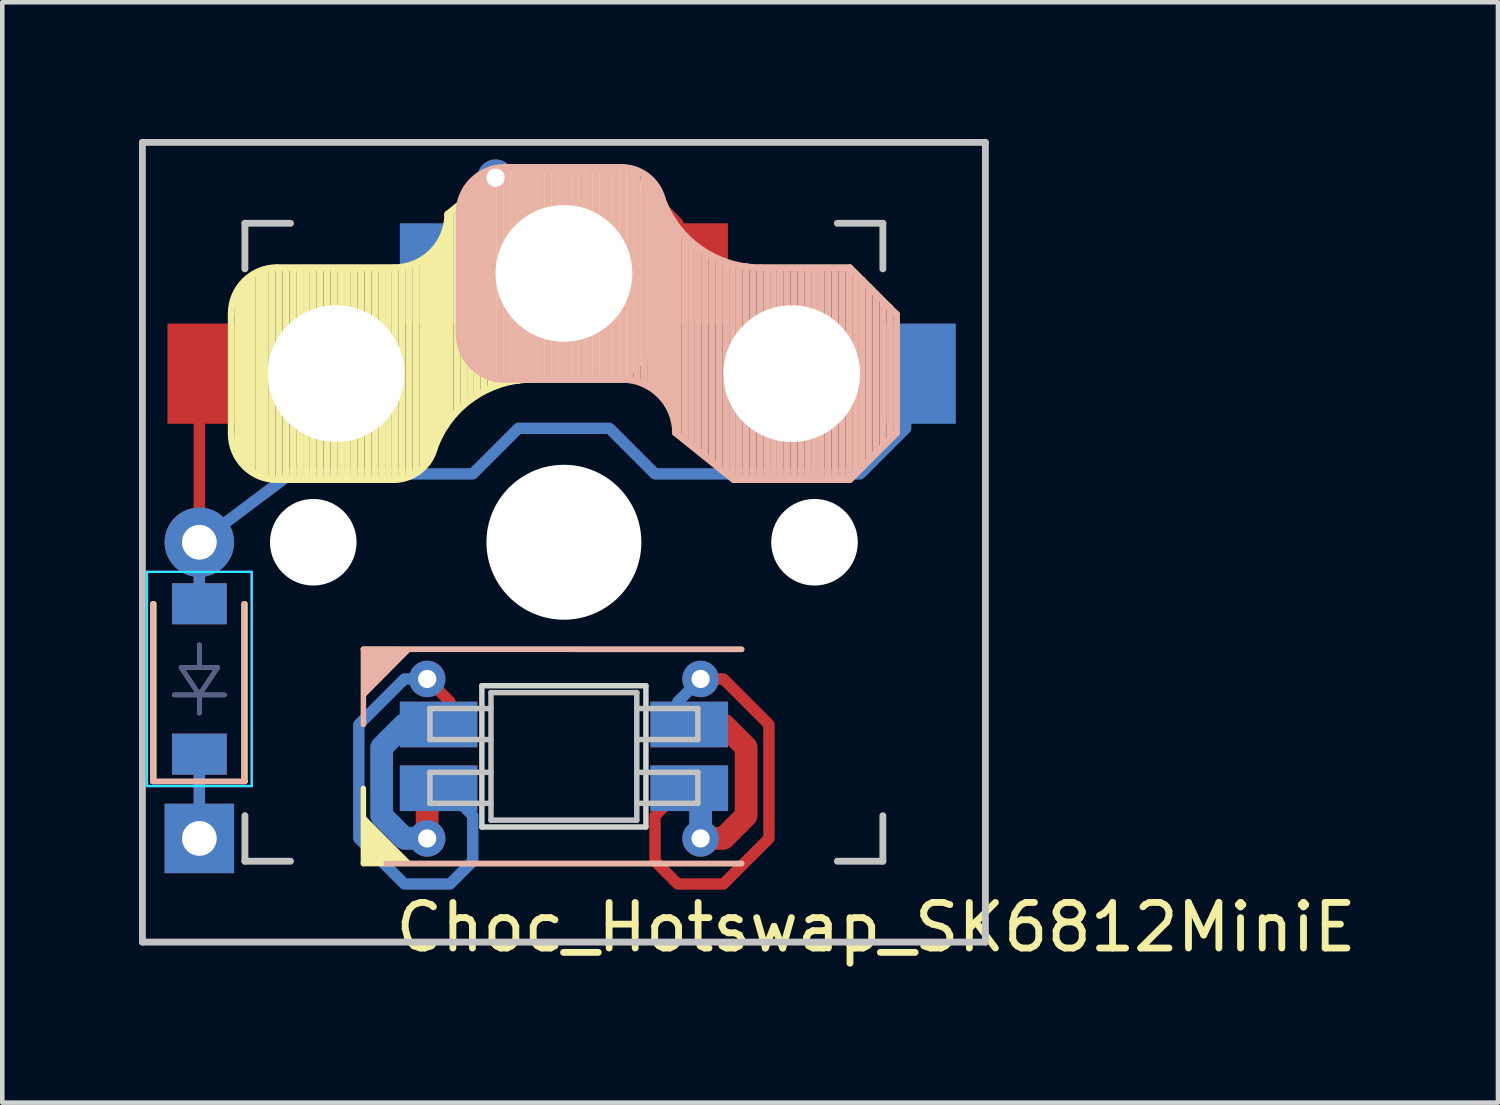
<source format=kicad_pcb>
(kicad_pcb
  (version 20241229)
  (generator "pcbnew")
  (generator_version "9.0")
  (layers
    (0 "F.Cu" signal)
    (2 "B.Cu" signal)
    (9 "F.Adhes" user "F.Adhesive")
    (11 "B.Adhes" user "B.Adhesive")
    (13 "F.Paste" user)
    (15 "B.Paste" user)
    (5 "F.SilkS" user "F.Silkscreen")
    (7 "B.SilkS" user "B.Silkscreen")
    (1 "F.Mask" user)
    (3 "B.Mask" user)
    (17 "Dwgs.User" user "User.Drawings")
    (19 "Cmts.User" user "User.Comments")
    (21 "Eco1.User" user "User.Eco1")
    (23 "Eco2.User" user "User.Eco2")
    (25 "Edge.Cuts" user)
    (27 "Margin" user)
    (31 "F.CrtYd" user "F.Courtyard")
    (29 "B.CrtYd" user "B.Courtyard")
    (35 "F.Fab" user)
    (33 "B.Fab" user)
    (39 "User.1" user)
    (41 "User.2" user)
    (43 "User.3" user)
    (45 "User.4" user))
  (footprint "Choc_Hotswap_SK6812MiniE"
    (layer "F.Cu")
    (at 9.325 8.85)
    (property "Reference" "Choc_Hotswap_SK6812MiniE" (at 6.85 8.45 180) (layer "F.SilkS") (effects (font (size 1 1) (thickness 0.15))))
    (attr through_hole)
    (fp_line (start -9 5.25) (end -9 1.35) (stroke (width 0.12) (type solid)) (layer "F.SilkS"))
    (fp_line (start -9 5.25) (end -7 5.25) (stroke (width 0.12) (type solid)) (layer "F.SilkS"))
    (fp_line (start -7.3 -5.025) (end -7.3 -2.375) (stroke (width 0.15) (type solid)) (layer "F.SilkS"))
    (fp_line (start -7.15 -1.95) (end -7.15 -5.5) (stroke (width 0.15) (type solid)) (layer "F.SilkS"))
    (fp_line (start -7.05 -1.8) (end -7.05 -5.55) (stroke (width 0.15) (type solid)) (layer "F.SilkS"))
    (fp_line (start -7 5.25) (end -7 1.35) (stroke (width 0.12) (type solid)) (layer "F.SilkS"))
    (fp_line (start -6.95 -1.7) (end -6.95 -5.65) (stroke (width 0.15) (type solid)) (layer "F.SilkS"))
    (fp_line (start -6.85 -1.6) (end -6.85 -5.8) (stroke (width 0.15) (type solid)) (layer "F.SilkS"))
    (fp_line (start -6.7 -1.5) (end -6.7 -5.9) (stroke (width 0.15) (type solid)) (layer "F.SilkS"))
    (fp_line (start -6.55 -1.45) (end -6.55 -5.95) (stroke (width 0.15) (type solid)) (layer "F.SilkS"))
    (fp_line (start -6.4 -1.4) (end -6.4 -5.95) (stroke (width 0.15) (type solid)) (layer "F.SilkS"))
    (fp_line (start -6.3 -6.025) (end -3.725 -6.025) (stroke (width 0.15) (type solid)) (layer "F.SilkS"))
    (fp_line (start -6.3 -1.375) (end -3.7 -1.375) (stroke (width 0.15) (type solid)) (layer "F.SilkS"))
    (fp_line (start -6.25 -1.4) (end -6.25 -6) (stroke (width 0.15) (type solid)) (layer "F.SilkS"))
    (fp_line (start -6.1 -1.4) (end -6.1 -6) (stroke (width 0.15) (type solid)) (layer "F.SilkS"))
    (fp_line (start -5.95 -1.4) (end -5.95 -6) (stroke (width 0.15) (type solid)) (layer "F.SilkS"))
    (fp_line (start -5.8 -1.4) (end -5.8 -6) (stroke (width 0.15) (type solid)) (layer "F.SilkS"))
    (fp_line (start -5.65 -1.4) (end -5.65 -6) (stroke (width 0.15) (type solid)) (layer "F.SilkS"))
    (fp_line (start -5.5 -1.4) (end -5.5 -6) (stroke (width 0.15) (type solid)) (layer "F.SilkS"))
    (fp_line (start -5.35 -1.4) (end -5.35 -6) (stroke (width 0.15) (type solid)) (layer "F.SilkS"))
    (fp_line (start -5.2 -1.4) (end -5.2 -6) (stroke (width 0.15) (type solid)) (layer "F.SilkS"))
    (fp_line (start -5.05 -1.4) (end -5.05 -6) (stroke (width 0.15) (type solid)) (layer "F.SilkS"))
    (fp_line (start -4.9 -1.4) (end -4.9 -6) (stroke (width 0.15) (type solid)) (layer "F.SilkS"))
    (fp_line (start -4.75 -1.4) (end -4.75 -6) (stroke (width 0.15) (type solid)) (layer "F.SilkS"))
    (fp_line (start -4.6 -1.4) (end -4.6 -6) (stroke (width 0.15) (type solid)) (layer "F.SilkS"))
    (fp_line (start -4.45 -1.4) (end -4.45 -6) (stroke (width 0.15) (type solid)) (layer "F.SilkS"))
    (fp_line (start -4.4 2.349) (end 3.9 2.352) (stroke (width 0.12) (type solid)) (layer "F.SilkS"))
    (fp_line (start -4.4 7.052) (end -4.4 5.401) (stroke (width 0.12) (type solid)) (layer "F.SilkS"))
    (fp_line (start -4.3 -1.4) (end -4.3 -6) (stroke (width 0.15) (type solid)) (layer "F.SilkS"))
    (fp_line (start -4.15 -1.4) (end -4.15 -6) (stroke (width 0.15) (type solid)) (layer "F.SilkS"))
    (fp_line (start -4 -1.4) (end -4 -6) (stroke (width 0.15) (type solid)) (layer "F.SilkS"))
    (fp_line (start -3.85 -1.4) (end -3.85 -5.95) (stroke (width 0.15) (type solid)) (layer "F.SilkS"))
    (fp_line (start -3.7 -1.4) (end -3.7 -6) (stroke (width 0.15) (type solid)) (layer "F.SilkS"))
    (fp_line (start -3.55 -1.4) (end -3.55 -6) (stroke (width 0.15) (type solid)) (layer "F.SilkS"))
    (fp_line (start -3.4 -1.45) (end -3.4 -6) (stroke (width 0.15) (type solid)) (layer "F.SilkS"))
    (fp_line (start -3.25 -1.55) (end -3.25 -6.1) (stroke (width 0.15) (type solid)) (layer "F.SilkS"))
    (fp_line (start -3.1 -1.65) (end -3.1 -6.15) (stroke (width 0.15) (type solid)) (layer "F.SilkS"))
    (fp_line (start -3 -1.8) (end -3 -6.2) (stroke (width 0.15) (type solid)) (layer "F.SilkS"))
    (fp_line (start -2.9 -2.05) (end -2.9 -6.25) (stroke (width 0.15) (type solid)) (layer "F.SilkS"))
    (fp_line (start -2.8 -2.2) (end -2.8 -6.35) (stroke (width 0.15) (type solid)) (layer "F.SilkS"))
    (fp_line (start -2.7 -2.4) (end -2.7 -6.55) (stroke (width 0.15) (type solid)) (layer "F.SilkS"))
    (fp_line (start -2.6 -2.55) (end -2.6 -6.7) (stroke (width 0.15) (type solid)) (layer "F.SilkS"))
    (fp_line (start -2.5 -2.75) (end -2.5 -7.2) (stroke (width 0.15) (type solid)) (layer "F.SilkS"))
    (fp_line (start -2.35 -2.9) (end -2.35 -7.35) (stroke (width 0.15) (type solid)) (layer "F.SilkS"))
    (fp_line (start -2.2 -3.05) (end -2.2 -7.45) (stroke (width 0.15) (type solid)) (layer "F.SilkS"))
    (fp_line (start -2.05 -3.15) (end -2.05 -7.55) (stroke (width 0.15) (type solid)) (layer "F.SilkS"))
    (fp_line (start -1.9 -3.25) (end -1.9 -7.7) (stroke (width 0.15) (type solid)) (layer "F.SilkS"))
    (fp_line (start -1.75 -3.35) (end -1.75 -7.8) (stroke (width 0.15) (type solid)) (layer "F.SilkS"))
    (fp_line (start -1.6 -3.4) (end -1.6 -7.95) (stroke (width 0.15) (type solid)) (layer "F.SilkS"))
    (fp_line (start -1.45 -3.5) (end -1.45 -8.05) (stroke (width 0.15) (type solid)) (layer "F.SilkS"))
    (fp_line (start -1.3 -3.55) (end -1.3 -8.15) (stroke (width 0.15) (type solid)) (layer "F.SilkS"))
    (fp_line (start -1.275 -8.225) (end -2.55 -7.2) (stroke (width 0.15) (type solid)) (layer "F.SilkS"))
    (fp_line (start -1.275 -8.225) (end 1.275 -8.225) (stroke (width 0.15) (type solid)) (layer "F.SilkS"))
    (fp_line (start -1.15 -3.55) (end -1.15 -8.2) (stroke (width 0.15) (type solid)) (layer "F.SilkS"))
    (fp_line (start -1 -3.55) (end -1 -8.2) (stroke (width 0.15) (type solid)) (layer "F.SilkS"))
    (fp_line (start -0.85 -3.6) (end -0.85 -8.15) (stroke (width 0.15) (type solid)) (layer "F.SilkS"))
    (fp_line (start -0.7 -3.6) (end -0.7 -8.2) (stroke (width 0.15) (type solid)) (layer "F.SilkS"))
    (fp_line (start -0.7 -3.575) (end 1.275 -3.575) (stroke (width 0.15) (type solid)) (layer "F.SilkS"))
    (fp_line (start -0.55 -3.6) (end -0.55 -8.2) (stroke (width 0.15) (type solid)) (layer "F.SilkS"))
    (fp_line (start -0.4 -3.6) (end -0.4 -8.2) (stroke (width 0.15) (type solid)) (layer "F.SilkS"))
    (fp_line (start -0.25 -3.6) (end -0.25 -8.2) (stroke (width 0.15) (type solid)) (layer "F.SilkS"))
    (fp_line (start -0.1 -3.6) (end -0.1 -8.2) (stroke (width 0.15) (type solid)) (layer "F.SilkS"))
    (fp_line (start 0.05 -3.6) (end 0.05 -8.2) (stroke (width 0.15) (type solid)) (layer "F.SilkS"))
    (fp_line (start 0.2 -3.6) (end 0.2 -8.2) (stroke (width 0.15) (type solid)) (layer "F.SilkS"))
    (fp_line (start 0.35 -3.6) (end 0.35 -8.2) (stroke (width 0.15) (type solid)) (layer "F.SilkS"))
    (fp_line (start 0.5 -3.6) (end 0.5 -8.2) (stroke (width 0.15) (type solid)) (layer "F.SilkS"))
    (fp_line (start 0.65 -3.6) (end 0.65 -8.2) (stroke (width 0.15) (type solid)) (layer "F.SilkS"))
    (fp_line (start 0.8 -3.6) (end 0.8 -8.2) (stroke (width 0.15) (type solid)) (layer "F.SilkS"))
    (fp_line (start 0.95 -3.6) (end 0.95 -8.2) (stroke (width 0.15) (type solid)) (layer "F.SilkS"))
    (fp_line (start 1.1 -3.6) (end 1.1 -8.2) (stroke (width 0.15) (type solid)) (layer "F.SilkS"))
    (fp_line (start 1.25 -3.6) (end 1.25 -8.2) (stroke (width 0.15) (type solid)) (layer "F.SilkS"))
    (fp_line (start 1.4 -3.75) (end 1.4 -8.1) (stroke (width 0.15) (type solid)) (layer "F.SilkS"))
    (fp_line (start 1.55 -3.85) (end 1.55 -7.95) (stroke (width 0.15) (type solid)) (layer "F.SilkS"))
    (fp_line (start 1.7 -4) (end 1.7 -7.8) (stroke (width 0.15) (type solid)) (layer "F.SilkS"))
    (fp_line (start 1.85 -4.15) (end 1.85 -7.65) (stroke (width 0.15) (type solid)) (layer "F.SilkS"))
    (fp_line (start 2 -4.35) (end 2 -7.5) (stroke (width 0.15) (type solid)) (layer "F.SilkS"))
    (fp_line (start 2.15 -4.45) (end 2.15 -7.35) (stroke (width 0.15) (type solid)) (layer "F.SilkS"))
    (fp_line (start 2.3 -7.2) (end 1.275 -8.225) (stroke (width 0.15) (type solid)) (layer "F.SilkS"))
    (fp_line (start 2.3 -7.2) (end 2.3 -4.6) (stroke (width 0.15) (type solid)) (layer "F.SilkS"))
    (fp_line (start 2.3 -4.6) (end 1.275 -3.575) (stroke (width 0.15) (type solid)) (layer "F.SilkS"))
    (fp_line (start 3.9 7.052) (end -4.4 7.052) (stroke (width 0.12) (type solid)) (layer "F.SilkS"))
    (fp_arc (start -7.3 -5.025) (mid -7.007107 -5.732107) (end -6.3 -6.025) (stroke (width 0.15) (type solid)) (layer "F.SilkS"))
    (fp_arc (start -6.3 -1.375) (mid -7.007107 -1.667893) (end -7.3 -2.375) (stroke (width 0.15) (type solid)) (layer "F.SilkS"))
    (fp_arc (start -2.837801 -2.078096) (mid -3.151716 -1.583979) (end -3.699005 -1.376209) (stroke (width 0.15) (type solid)) (layer "F.SilkS"))
    (fp_arc (start -2.837801 -2.078096) (mid -2.004887 -3.163571) (end -0.7 -3.575) (stroke (width 0.15) (type solid)) (layer "F.SilkS"))
    (fp_arc (start -2.55 -7.2) (mid -2.89415 -6.36915) (end -3.725 -6.025) (stroke (width 0.15) (type solid)) (layer "F.SilkS"))
    (fp_poly (pts (xy -3.392 7.049) (xy -4.4 7.052) (xy -4.4 6.036)) (stroke (width 0.1) (type solid)) (fill yes) (layer "F.SilkS"))
    (fp_line (start -9.024 5.25) (end -9.024 1.35) (stroke (width 0.12) (type solid)) (layer "B.SilkS"))
    (fp_line (start -7.024 5.25) (end -9.024 5.25) (stroke (width 0.12) (type solid)) (layer "B.SilkS"))
    (fp_line (start -7.024 5.25) (end -7.024 1.35) (stroke (width 0.12) (type solid)) (layer "B.SilkS"))
    (fp_line (start -4.4 2.349) (end -4.4 4) (stroke (width 0.12) (type solid)) (layer "B.SilkS"))
    (fp_line (start -3.9 7.049) (end 3.9 7.049) (stroke (width 0.12) (type solid)) (layer "B.SilkS"))
    (fp_line (start -2.3 -4.575) (end -2.3 -7.225) (stroke (width 0.15) (type solid)) (layer "B.SilkS"))
    (fp_line (start -2.15 -7.65) (end -2.15 -4.1) (stroke (width 0.15) (type solid)) (layer "B.SilkS"))
    (fp_line (start -2.05 -7.8) (end -2.05 -4.05) (stroke (width 0.15) (type solid)) (layer "B.SilkS"))
    (fp_line (start -1.95 -7.9) (end -1.95 -3.95) (stroke (width 0.15) (type solid)) (layer "B.SilkS"))
    (fp_line (start -1.85 -8) (end -1.85 -3.8) (stroke (width 0.15) (type solid)) (layer "B.SilkS"))
    (fp_line (start -1.7 -8.1) (end -1.7 -3.7) (stroke (width 0.15) (type solid)) (layer "B.SilkS"))
    (fp_line (start -1.55 -8.15) (end -1.55 -3.65) (stroke (width 0.15) (type solid)) (layer "B.SilkS"))
    (fp_line (start -1.4 -8.2) (end -1.4 -3.65) (stroke (width 0.15) (type solid)) (layer "B.SilkS"))
    (fp_line (start -1.3 -8.225) (end 1.3 -8.225) (stroke (width 0.15) (type solid)) (layer "B.SilkS"))
    (fp_line (start -1.3 -3.575) (end 1.275 -3.575) (stroke (width 0.15) (type solid)) (layer "B.SilkS"))
    (fp_line (start -1.25 -8.2) (end -1.25 -3.6) (stroke (width 0.15) (type solid)) (layer "B.SilkS"))
    (fp_line (start -1.1 -8.2) (end -1.1 -3.6) (stroke (width 0.15) (type solid)) (layer "B.SilkS"))
    (fp_line (start -0.95 -8.2) (end -0.95 -3.6) (stroke (width 0.15) (type solid)) (layer "B.SilkS"))
    (fp_line (start -0.8 -8.2) (end -0.8 -3.6) (stroke (width 0.15) (type solid)) (layer "B.SilkS"))
    (fp_line (start -0.65 -8.2) (end -0.65 -3.6) (stroke (width 0.15) (type solid)) (layer "B.SilkS"))
    (fp_line (start -0.5 -8.2) (end -0.5 -3.6) (stroke (width 0.15) (type solid)) (layer "B.SilkS"))
    (fp_line (start -0.35 -8.2) (end -0.35 -3.6) (stroke (width 0.15) (type solid)) (layer "B.SilkS"))
    (fp_line (start -0.2 -8.2) (end -0.2 -3.6) (stroke (width 0.15) (type solid)) (layer "B.SilkS"))
    (fp_line (start -0.05 -8.2) (end -0.05 -3.6) (stroke (width 0.15) (type solid)) (layer "B.SilkS"))
    (fp_line (start 0.1 -8.2) (end 0.1 -3.6) (stroke (width 0.15) (type solid)) (layer "B.SilkS"))
    (fp_line (start 0.25 -8.2) (end 0.25 -3.6) (stroke (width 0.15) (type solid)) (layer "B.SilkS"))
    (fp_line (start 0.4 -8.2) (end 0.4 -3.6) (stroke (width 0.15) (type solid)) (layer "B.SilkS"))
    (fp_line (start 0.55 -8.2) (end 0.55 -3.6) (stroke (width 0.15) (type solid)) (layer "B.SilkS"))
    (fp_line (start 0.7 -8.2) (end 0.7 -3.6) (stroke (width 0.15) (type solid)) (layer "B.SilkS"))
    (fp_line (start 0.85 -8.2) (end 0.85 -3.6) (stroke (width 0.15) (type solid)) (layer "B.SilkS"))
    (fp_line (start 1 -8.2) (end 1 -3.6) (stroke (width 0.15) (type solid)) (layer "B.SilkS"))
    (fp_line (start 1.15 -8.2) (end 1.15 -3.65) (stroke (width 0.15) (type solid)) (layer "B.SilkS"))
    (fp_line (start 1.3 -8.2) (end 1.3 -3.6) (stroke (width 0.15) (type solid)) (layer "B.SilkS"))
    (fp_line (start 1.45 -8.2) (end 1.45 -3.6) (stroke (width 0.15) (type solid)) (layer "B.SilkS"))
    (fp_line (start 1.6 -8.15) (end 1.6 -3.6) (stroke (width 0.15) (type solid)) (layer "B.SilkS"))
    (fp_line (start 1.75 -8.05) (end 1.75 -3.5) (stroke (width 0.15) (type solid)) (layer "B.SilkS"))
    (fp_line (start 1.9 -7.95) (end 1.9 -3.45) (stroke (width 0.15) (type solid)) (layer "B.SilkS"))
    (fp_line (start 2 -7.8) (end 2 -3.4) (stroke (width 0.15) (type solid)) (layer "B.SilkS"))
    (fp_line (start 2.1 -7.55) (end 2.1 -3.35) (stroke (width 0.15) (type solid)) (layer "B.SilkS"))
    (fp_line (start 2.2 -7.4) (end 2.2 -3.25) (stroke (width 0.15) (type solid)) (layer "B.SilkS"))
    (fp_line (start 2.3 -7.2) (end 2.3 -3.05) (stroke (width 0.15) (type solid)) (layer "B.SilkS"))
    (fp_line (start 2.4 -7.05) (end 2.4 -2.9) (stroke (width 0.15) (type solid)) (layer "B.SilkS"))
    (fp_line (start 2.5 -6.85) (end 2.5 -2.4) (stroke (width 0.15) (type solid)) (layer "B.SilkS"))
    (fp_line (start 2.65 -6.7) (end 2.65 -2.25) (stroke (width 0.15) (type solid)) (layer "B.SilkS"))
    (fp_line (start 2.8 -6.55) (end 2.8 -2.15) (stroke (width 0.15) (type solid)) (layer "B.SilkS"))
    (fp_line (start 2.95 -6.45) (end 2.95 -2.05) (stroke (width 0.15) (type solid)) (layer "B.SilkS"))
    (fp_line (start 3.1 -6.35) (end 3.1 -1.9) (stroke (width 0.15) (type solid)) (layer "B.SilkS"))
    (fp_line (start 3.25 -6.25) (end 3.25 -1.8) (stroke (width 0.15) (type solid)) (layer "B.SilkS"))
    (fp_line (start 3.4 -6.2) (end 3.4 -1.65) (stroke (width 0.15) (type solid)) (layer "B.SilkS"))
    (fp_line (start 3.55 -6.1) (end 3.55 -1.55) (stroke (width 0.15) (type solid)) (layer "B.SilkS"))
    (fp_line (start 3.7 -6.05) (end 3.7 -1.45) (stroke (width 0.15) (type solid)) (layer "B.SilkS"))
    (fp_line (start 3.725 -1.375) (end 2.45 -2.4) (stroke (width 0.15) (type solid)) (layer "B.SilkS"))
    (fp_line (start 3.725 -1.375) (end 6.275 -1.375) (stroke (width 0.15) (type solid)) (layer "B.SilkS"))
    (fp_line (start 3.85 -6.05) (end 3.85 -1.4) (stroke (width 0.15) (type solid)) (layer "B.SilkS"))
    (fp_line (start 3.9 2.349) (end -4.4 2.349) (stroke (width 0.12) (type solid)) (layer "B.SilkS"))
    (fp_line (start 4 -6.05) (end 4 -1.4) (stroke (width 0.15) (type solid)) (layer "B.SilkS"))
    (fp_line (start 4.15 -6) (end 4.15 -1.45) (stroke (width 0.15) (type solid)) (layer "B.SilkS"))
    (fp_line (start 4.3 -6.025) (end 6.275 -6.025) (stroke (width 0.15) (type solid)) (layer "B.SilkS"))
    (fp_line (start 4.3 -6) (end 4.3 -1.4) (stroke (width 0.15) (type solid)) (layer "B.SilkS"))
    (fp_line (start 4.45 -6) (end 4.45 -1.4) (stroke (width 0.15) (type solid)) (layer "B.SilkS"))
    (fp_line (start 4.6 -6) (end 4.6 -1.4) (stroke (width 0.15) (type solid)) (layer "B.SilkS"))
    (fp_line (start 4.75 -6) (end 4.75 -1.4) (stroke (width 0.15) (type solid)) (layer "B.SilkS"))
    (fp_line (start 4.9 -6) (end 4.9 -1.4) (stroke (width 0.15) (type solid)) (layer "B.SilkS"))
    (fp_line (start 5.05 -6) (end 5.05 -1.4) (stroke (width 0.15) (type solid)) (layer "B.SilkS"))
    (fp_line (start 5.2 -6) (end 5.2 -1.4) (stroke (width 0.15) (type solid)) (layer "B.SilkS"))
    (fp_line (start 5.35 -6) (end 5.35 -1.4) (stroke (width 0.15) (type solid)) (layer "B.SilkS"))
    (fp_line (start 5.5 -6) (end 5.5 -1.4) (stroke (width 0.15) (type solid)) (layer "B.SilkS"))
    (fp_line (start 5.65 -6) (end 5.65 -1.4) (stroke (width 0.15) (type solid)) (layer "B.SilkS"))
    (fp_line (start 5.8 -6) (end 5.8 -1.4) (stroke (width 0.15) (type solid)) (layer "B.SilkS"))
    (fp_line (start 5.95 -6) (end 5.95 -1.4) (stroke (width 0.15) (type solid)) (layer "B.SilkS"))
    (fp_line (start 6.1 -6) (end 6.1 -1.4) (stroke (width 0.15) (type solid)) (layer "B.SilkS"))
    (fp_line (start 6.25 -6) (end 6.25 -1.4) (stroke (width 0.15) (type solid)) (layer "B.SilkS"))
    (fp_line (start 6.4 -5.85) (end 6.4 -1.5) (stroke (width 0.15) (type solid)) (layer "B.SilkS"))
    (fp_line (start 6.55 -5.75) (end 6.55 -1.65) (stroke (width 0.15) (type solid)) (layer "B.SilkS"))
    (fp_line (start 6.7 -5.6) (end 6.7 -1.8) (stroke (width 0.15) (type solid)) (layer "B.SilkS"))
    (fp_line (start 6.85 -5.45) (end 6.85 -1.95) (stroke (width 0.15) (type solid)) (layer "B.SilkS"))
    (fp_line (start 7 -5.25) (end 7 -2.1) (stroke (width 0.15) (type solid)) (layer "B.SilkS"))
    (fp_line (start 7.15 -5.15) (end 7.15 -2.25) (stroke (width 0.15) (type solid)) (layer "B.SilkS"))
    (fp_line (start 7.3 -5) (end 6.275 -6.025) (stroke (width 0.15) (type solid)) (layer "B.SilkS"))
    (fp_line (start 7.3 -2.4) (end 6.275 -1.375) (stroke (width 0.15) (type solid)) (layer "B.SilkS"))
    (fp_line (start 7.3 -2.4) (end 7.3 -5) (stroke (width 0.15) (type solid)) (layer "B.SilkS"))
    (fp_arc (start -2.3 -7.225) (mid -2.007107 -7.932107) (end -1.3 -8.225) (stroke (width 0.15) (type solid)) (layer "B.SilkS"))
    (fp_arc (start -1.3 -3.575) (mid -2.007107 -3.867893) (end -2.3 -4.575) (stroke (width 0.15) (type solid)) (layer "B.SilkS"))
    (fp_arc (start 1.275 -3.575) (mid 2.10585 -3.23085) (end 2.45 -2.4) (stroke (width 0.15) (type solid)) (layer "B.SilkS"))
    (fp_arc (start 1.300995 -8.223791) (mid 1.848284 -8.016021) (end 2.162199 -7.521904) (stroke (width 0.15) (type solid)) (layer "B.SilkS"))
    (fp_arc (start 4.3 -6.025) (mid 2.995114 -6.436429) (end 2.162199 -7.521904) (stroke (width 0.15) (type solid)) (layer "B.SilkS"))
    (fp_poly (pts (xy -4.4 3.365) (xy -4.4 2.349) (xy -3.392 2.349)) (stroke (width 0.1) (type solid)) (fill yes) (layer "B.SilkS"))
    (fp_line (start -9.25 -8.775) (end 9.25 -8.775) (stroke (width 0.15) (type solid)) (layer "Dwgs.User"))
    (fp_line (start -9.25 8.775) (end -9.25 -8.775) (stroke (width 0.15) (type solid)) (layer "Dwgs.User"))
    (fp_line (start -7 -7) (end -7 -6) (stroke (width 0.15) (type solid)) (layer "Dwgs.User"))
    (fp_line (start -7 6) (end -7 7) (stroke (width 0.15) (type solid)) (layer "Dwgs.User"))
    (fp_line (start -7 7) (end -6 7) (stroke (width 0.15) (type solid)) (layer "Dwgs.User"))
    (fp_line (start -6 -7) (end -7 -7) (stroke (width 0.15) (type solid)) (layer "Dwgs.User"))
    (fp_line (start -2.94 3.649) (end -2.94 4.329) (stroke (width 0.12) (type solid)) (layer "Dwgs.User"))
    (fp_line (start -2.94 4.329) (end -1.6 4.329) (stroke (width 0.12) (type solid)) (layer "Dwgs.User"))
    (fp_line (start -2.94 5.049) (end -2.94 5.729) (stroke (width 0.12) (type solid)) (layer "Dwgs.User"))
    (fp_line (start -2.94 5.729) (end -1.6 5.729) (stroke (width 0.12) (type solid)) (layer "Dwgs.User"))
    (fp_line (start -1.6 3.299) (end -1.6 6.099) (stroke (width 0.12) (type solid)) (layer "Dwgs.User"))
    (fp_line (start -1.6 3.299) (end 1.6 3.299) (stroke (width 0.12) (type solid)) (layer "Dwgs.User"))
    (fp_line (start -1.6 3.649) (end -2.94 3.649) (stroke (width 0.12) (type solid)) (layer "Dwgs.User"))
    (fp_line (start -1.6 5.049) (end -2.94 5.049) (stroke (width 0.12) (type solid)) (layer "Dwgs.User"))
    (fp_line (start -1.6 6.099) (end 1.6 6.099) (stroke (width 0.12) (type solid)) (layer "Dwgs.User"))
    (fp_line (start 1.6 3.299) (end 1.6 6.099) (stroke (width 0.12) (type solid)) (layer "Dwgs.User"))
    (fp_line (start 1.6 4.329) (end 2.94 4.329) (stroke (width 0.12) (type solid)) (layer "Dwgs.User"))
    (fp_line (start 1.6 5.729) (end 2.94 5.729) (stroke (width 0.12) (type solid)) (layer "Dwgs.User"))
    (fp_line (start 2.94 3.649) (end 1.6 3.649) (stroke (width 0.12) (type solid)) (layer "Dwgs.User"))
    (fp_line (start 2.94 4.329) (end 2.94 3.649) (stroke (width 0.12) (type solid)) (layer "Dwgs.User"))
    (fp_line (start 2.94 5.049) (end 1.6 5.049) (stroke (width 0.12) (type solid)) (layer "Dwgs.User"))
    (fp_line (start 2.94 5.729) (end 2.94 5.049) (stroke (width 0.12) (type solid)) (layer "Dwgs.User"))
    (fp_line (start 6 -7) (end 7 -7) (stroke (width 0.15) (type solid)) (layer "Dwgs.User"))
    (fp_line (start 7 -7) (end 7 -6) (stroke (width 0.15) (type solid)) (layer "Dwgs.User"))
    (fp_line (start 7 6) (end 7 7) (stroke (width 0.15) (type solid)) (layer "Dwgs.User"))
    (fp_line (start 7 7) (end 6 7) (stroke (width 0.15) (type solid)) (layer "Dwgs.User"))
    (fp_line (start 9.25 -8.775) (end 9.25 8.775) (stroke (width 0.15) (type solid)) (layer "Dwgs.User"))
    (fp_line (start 9.25 8.775) (end -9.25 8.775) (stroke (width 0.15) (type solid)) (layer "Dwgs.User"))
    (fp_line (start -1.8 3.149) (end -1.8 6.249) (stroke (width 0.12) (type solid)) (layer "Edge.Cuts"))
    (fp_line (start -1.8 6.249) (end 1.8 6.249) (stroke (width 0.12) (type solid)) (layer "Edge.Cuts"))
    (fp_line (start 1.8 3.149) (end -1.8 3.149) (stroke (width 0.12) (type solid)) (layer "Edge.Cuts"))
    (fp_line (start 1.8 6.249) (end 1.8 3.149) (stroke (width 0.12) (type solid)) (layer "Edge.Cuts"))
    (fp_line (start -9.15 0.65) (end -9.15 5.35) (stroke (width 0.05) (type solid)) (layer "B.CrtYd"))
    (fp_line (start -9.15 0.65) (end -6.85 0.65) (stroke (width 0.05) (type solid)) (layer "B.CrtYd"))
    (fp_line (start -9.15 5.35) (end -6.85 5.35) (stroke (width 0.05) (type solid)) (layer "B.CrtYd"))
    (fp_line (start -6.85 5.35) (end -6.85 0.65) (stroke (width 0.05) (type solid)) (layer "B.CrtYd"))
    (fp_line (start -9.15 0.65) (end -6.85 0.65) (stroke (width 0.05) (type solid)) (layer "F.CrtYd"))
    (fp_line (start -9.15 5.35) (end -9.15 0.65) (stroke (width 0.05) (type solid)) (layer "F.CrtYd"))
    (fp_line (start -9.15 5.35) (end -6.85 5.35) (stroke (width 0.05) (type solid)) (layer "F.CrtYd"))
    (fp_line (start -6.85 0.65) (end -6.85 5.35) (stroke (width 0.05) (type solid)) (layer "F.CrtYd"))
    (fp_line (start -8.4 2.75) (end -7.6 2.75) (stroke (width 0.1) (type solid)) (layer "B.Fab"))
    (fp_line (start -8 2.75) (end -8 2.25) (stroke (width 0.1) (type solid)) (layer "B.Fab"))
    (fp_line (start -8 3.35) (end -8.55 3.35) (stroke (width 0.1) (type solid)) (layer "B.Fab"))
    (fp_line (start -8 3.35) (end -8.4 2.75) (stroke (width 0.1) (type solid)) (layer "B.Fab"))
    (fp_line (start -8 3.35) (end -7.45 3.35) (stroke (width 0.1) (type solid)) (layer "B.Fab"))
    (fp_line (start -8 3.75) (end -8 3.35) (stroke (width 0.1) (type solid)) (layer "B.Fab"))
    (fp_line (start -7.6 2.75) (end -8 3.35) (stroke (width 0.1) (type solid)) (layer "B.Fab"))
    (fp_line (start -8.4 2.75) (end -7.6 2.75) (stroke (width 0.1) (type solid)) (layer "F.Fab"))
    (fp_line (start -8 2.75) (end -8 2.25) (stroke (width 0.1) (type solid)) (layer "F.Fab"))
    (fp_line (start -8 3.35) (end -8.55 3.35) (stroke (width 0.1) (type solid)) (layer "F.Fab"))
    (fp_line (start -8 3.35) (end -8.4 2.75) (stroke (width 0.1) (type solid)) (layer "F.Fab"))
    (fp_line (start -8 3.35) (end -7.45 3.35) (stroke (width 0.1) (type solid)) (layer "F.Fab"))
    (fp_line (start -8 3.75) (end -8 3.35) (stroke (width 0.1) (type solid)) (layer "F.Fab"))
    (fp_line (start -7.6 2.75) (end -8 3.35) (stroke (width 0.1) (type solid)) (layer "F.Fab"))
    (pad "" np_thru_hole circle (at -5.5 0) (size 1.9 1.9) (drill 1.9) (layers "*.Cu" "*.Mask"))
    (pad "" np_thru_hole circle (at -5 -3.7 90) (size 3 3) (drill 3) (layers "*.Cu" "*.Mask"))
    (pad "" np_thru_hole circle (at 0 -5.9 270) (size 3 3) (drill 3) (layers "*.Cu" "*.Mask"))
    (pad "" np_thru_hole circle (at 0 0 270) (size 3.4 3.4) (drill 3.4) (layers "*.Cu" "*.Mask"))
    (pad "" np_thru_hole circle (at 5 -3.7 270) (size 3 3) (drill 3) (layers "*.Cu" "*.Mask"))
    (pad "" np_thru_hole circle (at 5.5 0) (size 1.9 1.9) (drill 1.9) (layers "*.Cu" "*.Mask"))
    (pad "1" smd rect (at 2.75 3.999) (size 1.7 1) (layers "F.Cu" "F.Mask" "F.Paste"))
    (pad "1" smd rect (at 2.75 5.399) (size 1.7 1) (layers "B.Cu" "B.Mask" "B.Paste"))
    (pad "1" connect custom (at 3 5.5 180) (size 0.5 0.5) (layers "B.Cu") (options (anchor circle)) (primitives (gr_line (start 0 -1) (end 0 0) (width 0.5))))
    (pad "1" thru_hole circle (at 3 6.5 90) (size 0.8 0.8) (drill 0.4) (layers "*.Cu" "*.Mask"))
    (pad "1" connect custom (at 3.5 4 180) (size 0.5 0.5) (layers "F.Cu") (options (anchor circle)) (primitives (gr_line (start 0 0) (end -0.5 -0.5) (width 0.5)) (gr_line (start -0.5 -0.5) (end -0.5 -2) (width 0.5)) (gr_line (start -0.5 -2) (end 0 -2.5) (width 0.5)) (gr_line (start 0 -2.5) (end 0.5 -2.5) (width 0.5))))
    (pad "2" connect custom (at 2.5 4 180) (size 0.5 0.5) (layers "B.Cu") (options (anchor circle)) (primitives (gr_line (start -0.5 1) (end 0 0.5) (width 0.25)) (gr_line (start 0 0.5) (end 0 0) (width 0.25))))
    (pad "2" connect custom (at 2.5 5.5 180) (size 0.25 0.25) (layers "F.Cu") (options (anchor circle)) (primitives (gr_line (start -2 -1) (end -2 1.5) (width 0.25)) (gr_line (start 0 -2) (end -1 -2) (width 0.25)) (gr_line (start -1 -2) (end -2 -1) (width 0.25)) (gr_line (start 0.5 -1.5) (end 0 -2) (width 0.25)) (gr_line (start 0 0) (end 0.5 -0.5) (width 0.25)) (gr_line (start 0.5 -0.5) (end 0.5 -1.5) (width 0.25)) (gr_line (start -1 2.5) (end -0.5 2.5) (width 0.25)) (gr_line (start -2 1.5) (end -1 2.5) (width 0.25))))
    (pad "2" smd rect (at 2.75 3.999) (size 1.7 1) (layers "B.Cu" "B.Mask" "B.Paste"))
    (pad "2" smd rect (at 2.75 5.399) (size 1.7 1) (layers "F.Cu" "F.Mask" "F.Paste"))
    (pad "2" thru_hole circle (at 3 3 90) (size 0.8 0.8) (drill 0.4) (layers "*.Cu" "*.Mask"))
    (pad "3" connect custom (at -3.5 4) (size 0.5 0.5) (layers "B.Cu") (options (anchor circle)) (primitives (gr_line (start 0 0) (end -0.5 0.5) (width 0.5)) (gr_line (start -0.5 0.5) (end -0.5 2) (width 0.5)) (gr_line (start -0.5 2) (end 0 2.5) (width 0.5)) (gr_line (start 0 2.5) (end 0.5 2.5) (width 0.5))))
    (pad "3" connect custom (at -3 5.5) (size 0.5 0.5) (layers "F.Cu") (options (anchor circle)) (primitives (gr_line (start 0 1) (end 0 0) (width 0.5))))
    (pad "3" thru_hole circle (at -3 6.5 90) (size 0.8 0.8) (drill 0.4) (layers "*.Cu" "*.Mask"))
    (pad "3" smd rect (at -2.75 3.999) (size 1.7 1) (layers "B.Cu" "B.Mask" "B.Paste"))
    (pad "3" smd rect (at -2.75 5.399) (size 1.7 1) (layers "F.Cu" "F.Mask" "F.Paste"))
    (pad "4" thru_hole circle (at -3 3 90) (size 0.8 0.8) (drill 0.4) (layers "*.Cu" "*.Mask"))
    (pad "4" smd rect (at -2.75 3.999) (size 1.7 1) (layers "F.Cu" "F.Mask" "F.Paste"))
    (pad "4" smd rect (at -2.75 5.399) (size 1.7 1) (layers "B.Cu" "B.Mask" "B.Paste"))
    (pad "4" connect custom (at -2.5 4) (size 0.5 0.5) (layers "F.Cu") (options (anchor circle)) (primitives (gr_line (start -0.5 -1) (end 0 -0.5) (width 0.25)) (gr_line (start 0 -0.5) (end 0 0) (width 0.25))))
    (pad "4" connect circle (at -2.5 5.5) (size 0.25 0.25) (layers "B.Cu"))
    (pad "4" connect custom (at -2.5 5.5) (size 0.25 0.25) (layers "B.Cu") (options (anchor circle)) (primitives (gr_line (start -2 1) (end -2 -1.5) (width 0.25)) (gr_line (start 0 2) (end -1 2) (width 0.25)) (gr_line (start -1 2) (end -2 1) (width 0.25)) (gr_line (start 0.5 1.5) (end 0 2) (width 0.25)) (gr_line (start 0 0) (end 0.5 0.5) (width 0.25)) (gr_line (start 0.5 0.5) (end 0.5 1.5) (width 0.25)) (gr_line (start -1 -2.5) (end -0.5 -2.5) (width 0.25)) (gr_line (start -2 -1.5) (end -1 -2.5) (width 0.25))))
    (pad "5" smd rect (at -2.8 -5.9) (size 1.6 2.2) (layers "B.Cu" "B.Mask" "B.Paste"))
    (pad "5" connect custom (at -2.5 -7) (size 0.25 0.25) (layers "B.Cu") (options (anchor circle)) (primitives (gr_line (start 1 -1) (end 0 0) (width 0.25))))
    (pad "5" thru_hole circle (at -1.5 -8) (size 0.8 0.8) (drill 0.4) (layers "*.Cu" "*.Mask"))
    (pad "5" connect custom (at 2.5 -7) (size 0.25 0.25) (layers "F.Cu") (options (anchor circle)) (primitives (gr_line (start -1 -1) (end -4 -1) (width 0.25)) (gr_line (start 0 0) (end -1 -1) (width 0.25))))
    (pad "5" smd rect (at 2.8 -5.9) (size 1.6 2.2) (layers "F.Cu" "F.Mask" "F.Paste"))
    (pad "6" connect custom (at -8 -2.5) (size 0.25 0.25) (layers "F.Cu") (options (anchor rect)) (primitives (gr_line (start 0 0) (end 0 2.5) (width 0.25))))
    (pad "6" thru_hole circle (at -8 0 90) (size 1.524 1.524) (drill 0.762) (layers "*.Cu" "*.Mask"))
    (pad "6" connect custom (at -8 1) (size 0.25 0.25) (layers "F.Cu") (options (anchor rect)) (primitives (gr_line (start 0 -0.5) (end 0 0) (width 0.25))))
    (pad "6" connect custom (at -8 1) (size 0.25 0.25) (layers "B.Cu") (options (anchor rect)) (primitives (gr_line (start 0 -0.5) (end 0 0) (width 0.25))))
    (pad "6" smd rect (at -8 1.35 90) (size 0.9 1.2) (layers "F.Cu" "F.Mask" "F.Paste"))
    (pad "6" smd rect (at -8 1.35 90) (size 0.9 1.2) (layers "B.Cu" "B.Mask" "B.Paste"))
    (pad "6" smd rect (at -7.9 -3.7) (size 1.6 2.2) (layers "F.Cu" "F.Mask" "F.Paste"))
    (pad "6" connect custom (at 7.5 -3) (size 0.25 1) (layers "B.Cu") (options (anchor rect)) (primitives (gr_line (start -8.5 0.5) (end -6.5 0.5) (width 0.25)) (gr_line (start -5.5 1.5) (end -1 1.5) (width 0.25)) (gr_line (start -13.5 1.5) (end -9.5 1.5) (width 0.25)) (gr_line (start -9.5 1.5) (end -8.5 0.5) (width 0.25)) (gr_line (start -15.5 3) (end -13.5 1.5) (width 0.25)) (gr_line (start -1 1.5) (end 0 0.5) (width 0.25)) (gr_line (start -6.5 0.5) (end -5.5 1.5) (width 0.25))))
    (pad "6" smd rect (at 7.8 -3.7) (size 1.6 2.2) (layers "B.Cu" "B.Mask" "B.Paste"))
    (pad "7" smd rect (at -8 4.65 90) (size 0.9 1.2) (layers "F.Cu" "F.Mask" "F.Paste"))
    (pad "7" smd rect (at -8 4.65 90) (size 0.9 1.2) (layers "B.Cu" "B.Mask" "B.Paste"))
    (pad "7" connect rect (at -8 5.5) (size 0.25 1) (layers "F.Cu"))
    (pad "7" connect rect (at -8 5.5) (size 0.25 1) (layers "B.Cu"))
    (pad "7" thru_hole rect (at -8 6.5 90) (size 1.524 1.524) (drill 0.762) (layers "*.Cu" "*.Mask")))
  (gr_rect
    (start -3 -3)
    (end 29.824 21.148)
    (stroke (width 0.1) (type default))
    (fill no)
    (layer "Edge.Cuts")))
</source>
